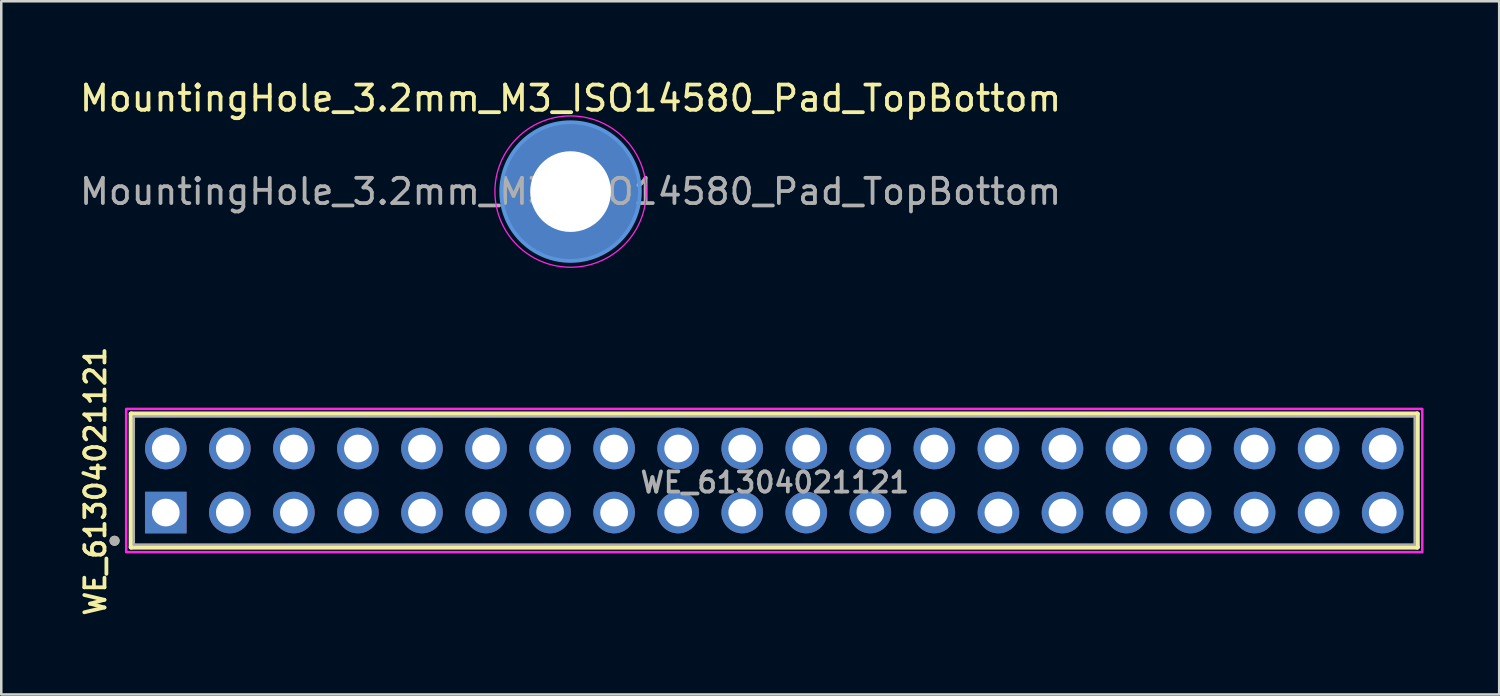
<source format=kicad_pcb>
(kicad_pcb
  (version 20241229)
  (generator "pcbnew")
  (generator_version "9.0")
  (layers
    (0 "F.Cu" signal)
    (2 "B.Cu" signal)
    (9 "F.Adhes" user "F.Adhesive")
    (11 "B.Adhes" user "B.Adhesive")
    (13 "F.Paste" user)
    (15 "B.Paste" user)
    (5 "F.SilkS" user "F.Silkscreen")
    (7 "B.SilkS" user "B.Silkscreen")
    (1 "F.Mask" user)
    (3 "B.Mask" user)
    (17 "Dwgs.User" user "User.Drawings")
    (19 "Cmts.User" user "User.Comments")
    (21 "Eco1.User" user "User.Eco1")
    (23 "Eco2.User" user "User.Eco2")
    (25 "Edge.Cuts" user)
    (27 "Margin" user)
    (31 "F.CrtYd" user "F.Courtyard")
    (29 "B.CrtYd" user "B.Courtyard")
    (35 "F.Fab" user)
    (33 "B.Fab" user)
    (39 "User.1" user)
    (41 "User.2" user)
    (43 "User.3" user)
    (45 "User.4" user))
  (footprint "WE_61304021121"
    (layer "F.Cu")
    (at 27.655 16.007)
    (property "Reference" "WE_61304021121" (at -26.924 0.025 90) (layer "F.SilkS") (effects (font (size 0.8 0.8) (thickness 0.15))))
    (attr through_hole)
    (fp_line (start -25.5 -2.64) (end 25.5 -2.64) (stroke (width 0.2) (type solid)) (layer "F.SilkS"))
    (fp_line (start -25.5 2.64) (end -25.5 -2.64) (stroke (width 0.2) (type solid)) (layer "F.SilkS"))
    (fp_line (start 25.5 -2.64) (end 25.5 2.64) (stroke (width 0.2) (type solid)) (layer "F.SilkS"))
    (fp_line (start 25.5 2.64) (end -25.5 2.64) (stroke (width 0.2) (type solid)) (layer "F.SilkS"))
    (fp_circle (center -26.162 2.388) (end -26.062 2.388) (stroke (width 0.2) (type solid)) (fill no) (layer "F.SilkS"))
    (fp_poly (pts (xy -25.7 -2.84) (xy 25.7 -2.84) (xy 25.7 2.84) (xy -25.7 2.84)) (stroke (width 0.1) (type solid)) (fill no) (layer "F.CrtYd"))
    (fp_line (start -25.4 -2.54) (end 25.4 -2.54) (stroke (width 0.1) (type solid)) (layer "F.Fab"))
    (fp_line (start -25.4 2.54) (end -25.4 -2.54) (stroke (width 0.1) (type solid)) (layer "F.Fab"))
    (fp_line (start 25.4 -2.54) (end 25.4 2.54) (stroke (width 0.1) (type solid)) (layer "F.Fab"))
    (fp_line (start 25.4 2.54) (end -25.4 2.54) (stroke (width 0.1) (type solid)) (layer "F.Fab"))
    (fp_circle (center -26.162 2.388) (end -26.062 2.388) (stroke (width 0.2) (type solid)) (fill no) (layer "F.Fab"))
    (fp_text user "${REFERENCE}" (at 0.025 0.076 0) (unlocked yes) (layer "F.Fab") (effects (font (size 0.8 0.8) (thickness 0.15))))
    (pad "1" thru_hole rect (at -24.13 1.27) (size 1.65 1.65) (drill 1.1) (layers "*.Cu" "*.Mask"))
    (pad "2" thru_hole circle (at -24.13 -1.27) (size 1.65 1.65) (drill 1.1) (layers "*.Cu" "*.Mask"))
    (pad "3" thru_hole circle (at -21.59 1.27) (size 1.65 1.65) (drill 1.1) (layers "*.Cu" "*.Mask"))
    (pad "4" thru_hole circle (at -21.59 -1.27) (size 1.65 1.65) (drill 1.1) (layers "*.Cu" "*.Mask"))
    (pad "5" thru_hole circle (at -19.05 1.27) (size 1.65 1.65) (drill 1.1) (layers "*.Cu" "*.Mask"))
    (pad "6" thru_hole circle (at -19.05 -1.27) (size 1.65 1.65) (drill 1.1) (layers "*.Cu" "*.Mask"))
    (pad "7" thru_hole circle (at -16.51 1.27) (size 1.65 1.65) (drill 1.1) (layers "*.Cu" "*.Mask"))
    (pad "8" thru_hole circle (at -16.51 -1.27) (size 1.65 1.65) (drill 1.1) (layers "*.Cu" "*.Mask"))
    (pad "9" thru_hole circle (at -13.97 1.27) (size 1.65 1.65) (drill 1.1) (layers "*.Cu" "*.Mask"))
    (pad "10" thru_hole circle (at -13.97 -1.27) (size 1.65 1.65) (drill 1.1) (layers "*.Cu" "*.Mask"))
    (pad "11" thru_hole circle (at -11.43 1.27) (size 1.65 1.65) (drill 1.1) (layers "*.Cu" "*.Mask"))
    (pad "12" thru_hole circle (at -11.43 -1.27) (size 1.65 1.65) (drill 1.1) (layers "*.Cu" "*.Mask"))
    (pad "13" thru_hole circle (at -8.89 1.27) (size 1.65 1.65) (drill 1.1) (layers "*.Cu" "*.Mask"))
    (pad "14" thru_hole circle (at -8.89 -1.27) (size 1.65 1.65) (drill 1.1) (layers "*.Cu" "*.Mask"))
    (pad "15" thru_hole circle (at -6.35 1.27) (size 1.65 1.65) (drill 1.1) (layers "*.Cu" "*.Mask"))
    (pad "16" thru_hole circle (at -6.35 -1.27) (size 1.65 1.65) (drill 1.1) (layers "*.Cu" "*.Mask"))
    (pad "17" thru_hole circle (at -3.81 1.27) (size 1.65 1.65) (drill 1.1) (layers "*.Cu" "*.Mask"))
    (pad "18" thru_hole circle (at -3.81 -1.27) (size 1.65 1.65) (drill 1.1) (layers "*.Cu" "*.Mask"))
    (pad "19" thru_hole circle (at -1.27 1.27) (size 1.65 1.65) (drill 1.1) (layers "*.Cu" "*.Mask"))
    (pad "20" thru_hole circle (at -1.27 -1.27) (size 1.65 1.65) (drill 1.1) (layers "*.Cu" "*.Mask"))
    (pad "21" thru_hole circle (at 1.27 1.27) (size 1.65 1.65) (drill 1.1) (layers "*.Cu" "*.Mask"))
    (pad "22" thru_hole circle (at 1.27 -1.27) (size 1.65 1.65) (drill 1.1) (layers "*.Cu" "*.Mask"))
    (pad "23" thru_hole circle (at 3.81 1.27) (size 1.65 1.65) (drill 1.1) (layers "*.Cu" "*.Mask"))
    (pad "24" thru_hole circle (at 3.81 -1.27) (size 1.65 1.65) (drill 1.1) (layers "*.Cu" "*.Mask"))
    (pad "25" thru_hole circle (at 6.35 1.27) (size 1.65 1.65) (drill 1.1) (layers "*.Cu" "*.Mask"))
    (pad "26" thru_hole circle (at 6.35 -1.27) (size 1.65 1.65) (drill 1.1) (layers "*.Cu" "*.Mask"))
    (pad "27" thru_hole circle (at 8.89 1.27) (size 1.65 1.65) (drill 1.1) (layers "*.Cu" "*.Mask"))
    (pad "28" thru_hole circle (at 8.89 -1.27) (size 1.65 1.65) (drill 1.1) (layers "*.Cu" "*.Mask"))
    (pad "29" thru_hole circle (at 11.43 1.27) (size 1.65 1.65) (drill 1.1) (layers "*.Cu" "*.Mask"))
    (pad "30" thru_hole circle (at 11.43 -1.27) (size 1.65 1.65) (drill 1.1) (layers "*.Cu" "*.Mask"))
    (pad "31" thru_hole circle (at 13.97 1.27) (size 1.65 1.65) (drill 1.1) (layers "*.Cu" "*.Mask"))
    (pad "32" thru_hole circle (at 13.97 -1.27) (size 1.65 1.65) (drill 1.1) (layers "*.Cu" "*.Mask"))
    (pad "33" thru_hole circle (at 16.51 1.27) (size 1.65 1.65) (drill 1.1) (layers "*.Cu" "*.Mask"))
    (pad "34" thru_hole circle (at 16.51 -1.27) (size 1.65 1.65) (drill 1.1) (layers "*.Cu" "*.Mask"))
    (pad "35" thru_hole circle (at 19.05 1.27) (size 1.65 1.65) (drill 1.1) (layers "*.Cu" "*.Mask"))
    (pad "36" thru_hole circle (at 19.05 -1.27) (size 1.65 1.65) (drill 1.1) (layers "*.Cu" "*.Mask"))
    (pad "37" thru_hole circle (at 21.59 1.27) (size 1.65 1.65) (drill 1.1) (layers "*.Cu" "*.Mask"))
    (pad "38" thru_hole circle (at 21.59 -1.27) (size 1.65 1.65) (drill 1.1) (layers "*.Cu" "*.Mask"))
    (pad "39" thru_hole circle (at 24.13 1.27) (size 1.65 1.65) (drill 1.1) (layers "*.Cu" "*.Mask"))
    (pad "40" thru_hole circle (at 24.13 -1.27) (size 1.65 1.65) (drill 1.1) (layers "*.Cu" "*.Mask")))
  (footprint "MountingHole_3.2mm_M3_ISO14580_Pad_TopBottom"
    (layer "F.Cu")
    (at 19.577 4.548)
    (property "Reference" "MountingHole_3.2mm_M3_ISO14580_Pad_TopBottom" (at 0 -3.7 0) (layer "F.SilkS") (effects (font (size 1 1) (thickness 0.15))))
    (attr exclude_from_pos_files exclude_from_bom)
    (fp_circle (center 0 0) (end 2.75 0) (stroke (width 0.15) (type solid)) (fill no) (layer "Cmts.User"))
    (fp_circle (center 0 0) (end 3 0) (stroke (width 0.05) (type solid)) (fill no) (layer "F.CrtYd"))
    (fp_text user "${REFERENCE}" (at 0 0 0) (layer "F.Fab") (effects (font (size 1 1) (thickness 0.15))))
    (pad "1" thru_hole circle (at 0 0) (size 3.6 3.6) (drill 3.2) (layers "*.Cu" "*.Mask"))
    (pad "1" connect circle (at 0 0) (size 5.5 5.5) (layers "F.Cu" "F.Mask"))
    (pad "1" connect circle (at 0 0) (size 5.5 5.5) (layers "B.Cu" "B.Mask")))
  (gr_rect
    (start -3 -3)
    (end 56.405 24.492)
    (stroke (width 0.1) (type default))
    (fill no)
    (layer "Edge.Cuts")))
</source>
